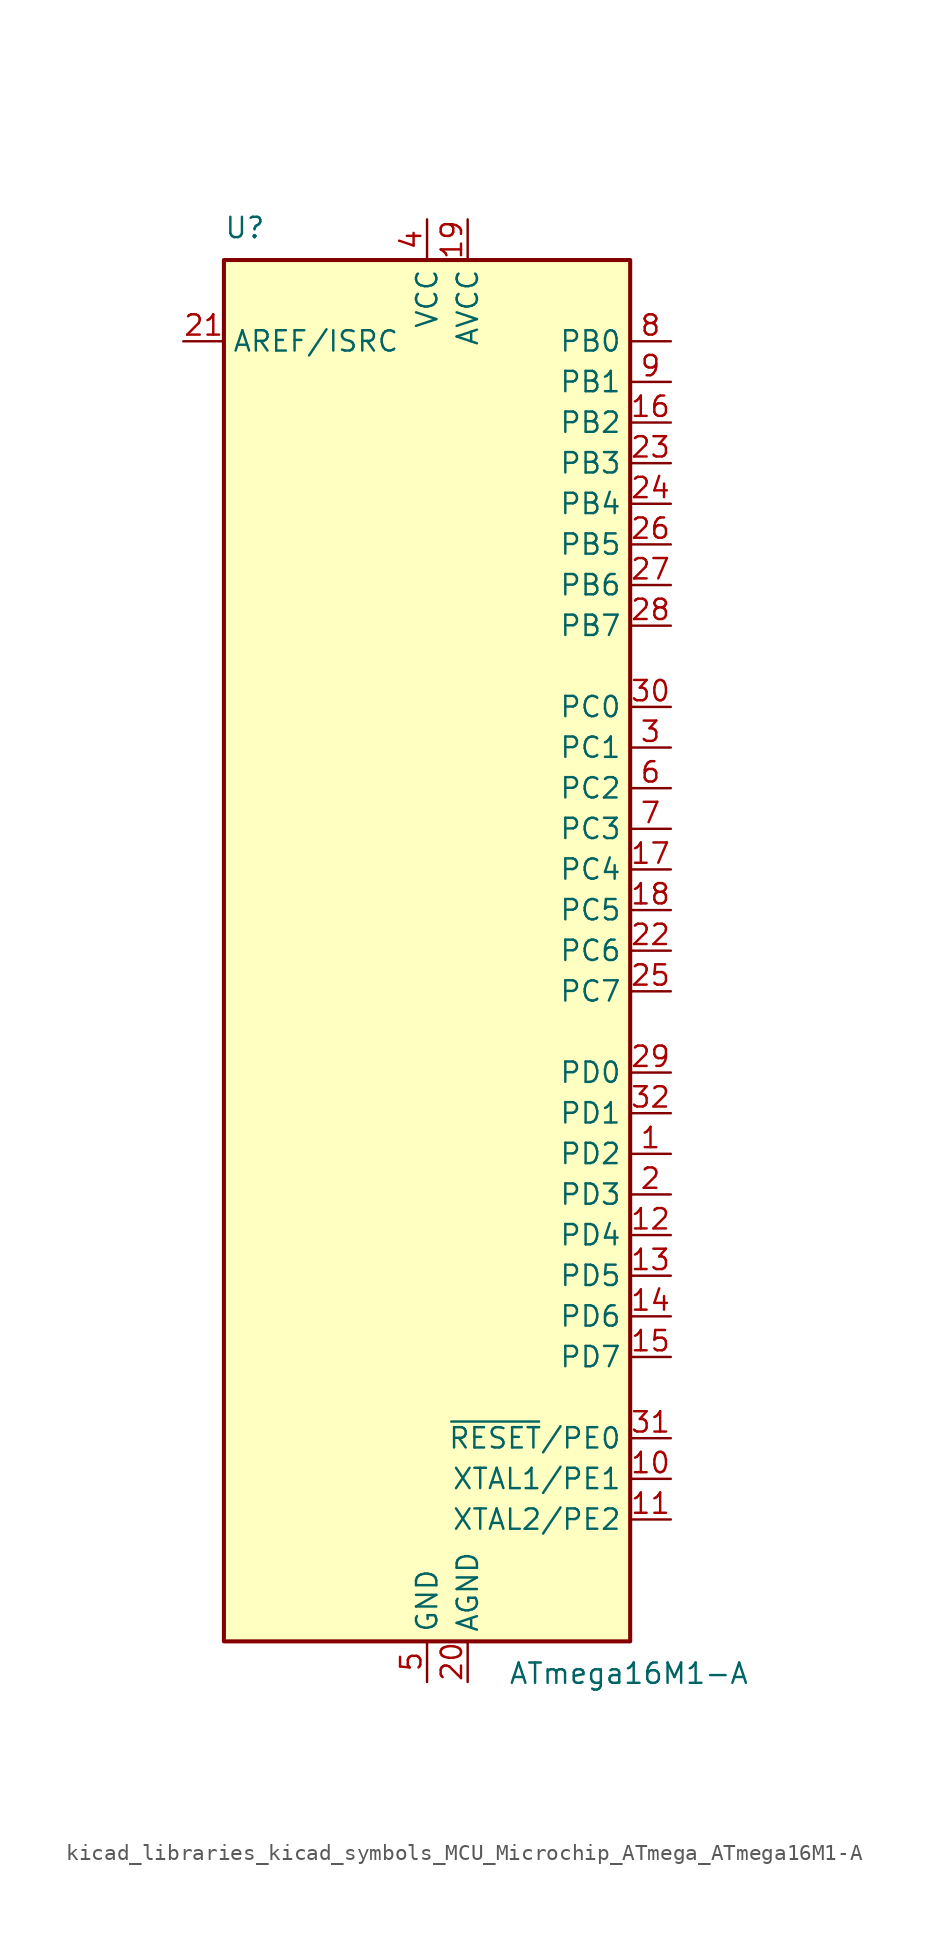
<source format=kicad_sym>
(kicad_symbol_lib
  (version 20220914)
  (generator kicad_symbol_editor)
  (symbol "kicad_libraries_kicad_symbols_MCU_Microchip_ATmega_ATmega16M1-A"
    (property "Reference" "U"
      (at -12.7 44.45 0)
      (effects (font (size 1.27 1.27)) (justify left bottom)))
    (property "Value" "ATmega16M1-A"
      (at 5.08 -44.45 0)
      (effects (font (size 1.27 1.27)) (justify left top)))
    (symbol "kicad_libraries_kicad_symbols_MCU_Microchip_ATmega_ATmega16M1-A_0_1"
      (rectangle (start -12.7 -43.18) (end 12.7 43.18) (stroke (width 0.254) (type default)) (fill (type background))))
    (symbol "kicad_libraries_kicad_symbols_MCU_Microchip_ATmega_ATmega16M1-A_1_1"
      (pin bidirectional line (at 15.24 -12.7 180) (length 2.54) (name "PD2" (effects (font (size 1.27 1.27)))) (number "1" (effects (font (size 1.27 1.27)))))
      (pin bidirectional line (at 15.24 -33.02 180) (length 2.54) (name "XTAL1/PE1" (effects (font (size 1.27 1.27)))) (number "10" (effects (font (size 1.27 1.27)))))
      (pin bidirectional line (at 15.24 -35.56 180) (length 2.54) (name "XTAL2/PE2" (effects (font (size 1.27 1.27)))) (number "11" (effects (font (size 1.27 1.27)))))
      (pin bidirectional line (at 15.24 -17.78 180) (length 2.54) (name "PD4" (effects (font (size 1.27 1.27)))) (number "12" (effects (font (size 1.27 1.27)))))
      (pin bidirectional line (at 15.24 -20.32 180) (length 2.54) (name "PD5" (effects (font (size 1.27 1.27)))) (number "13" (effects (font (size 1.27 1.27)))))
      (pin bidirectional line (at 15.24 -22.86 180) (length 2.54) (name "PD6" (effects (font (size 1.27 1.27)))) (number "14" (effects (font (size 1.27 1.27)))))
      (pin bidirectional line (at 15.24 -25.4 180) (length 2.54) (name "PD7" (effects (font (size 1.27 1.27)))) (number "15" (effects (font (size 1.27 1.27)))))
      (pin bidirectional line (at 15.24 33.02 180) (length 2.54) (name "PB2" (effects (font (size 1.27 1.27)))) (number "16" (effects (font (size 1.27 1.27)))))
      (pin bidirectional line (at 15.24 5.08 180) (length 2.54) (name "PC4" (effects (font (size 1.27 1.27)))) (number "17" (effects (font (size 1.27 1.27)))))
      (pin bidirectional line (at 15.24 2.54 180) (length 2.54) (name "PC5" (effects (font (size 1.27 1.27)))) (number "18" (effects (font (size 1.27 1.27)))))
      (pin power_in line (at 2.54 45.72 270) (length 2.54) (name "AVCC" (effects (font (size 1.27 1.27)))) (number "19" (effects (font (size 1.27 1.27)))))
      (pin bidirectional line (at 15.24 -15.24 180) (length 2.54) (name "PD3" (effects (font (size 1.27 1.27)))) (number "2" (effects (font (size 1.27 1.27)))))
      (pin power_in line (at 2.54 -45.72 90) (length 2.54) (name "AGND" (effects (font (size 1.27 1.27)))) (number "20" (effects (font (size 1.27 1.27)))))
      (pin passive line (at -15.24 38.1 0) (length 2.54) (name "AREF/ISRC" (effects (font (size 1.27 1.27)))) (number "21" (effects (font (size 1.27 1.27)))))
      (pin bidirectional line (at 15.24 0 180) (length 2.54) (name "PC6" (effects (font (size 1.27 1.27)))) (number "22" (effects (font (size 1.27 1.27)))))
      (pin bidirectional line (at 15.24 30.48 180) (length 2.54) (name "PB3" (effects (font (size 1.27 1.27)))) (number "23" (effects (font (size 1.27 1.27)))))
      (pin bidirectional line (at 15.24 27.94 180) (length 2.54) (name "PB4" (effects (font (size 1.27 1.27)))) (number "24" (effects (font (size 1.27 1.27)))))
      (pin bidirectional line (at 15.24 -2.54 180) (length 2.54) (name "PC7" (effects (font (size 1.27 1.27)))) (number "25" (effects (font (size 1.27 1.27)))))
      (pin bidirectional line (at 15.24 25.4 180) (length 2.54) (name "PB5" (effects (font (size 1.27 1.27)))) (number "26" (effects (font (size 1.27 1.27)))))
      (pin bidirectional line (at 15.24 22.86 180) (length 2.54) (name "PB6" (effects (font (size 1.27 1.27)))) (number "27" (effects (font (size 1.27 1.27)))))
      (pin bidirectional line (at 15.24 20.32 180) (length 2.54) (name "PB7" (effects (font (size 1.27 1.27)))) (number "28" (effects (font (size 1.27 1.27)))))
      (pin bidirectional line (at 15.24 -7.62 180) (length 2.54) (name "PD0" (effects (font (size 1.27 1.27)))) (number "29" (effects (font (size 1.27 1.27)))))
      (pin bidirectional line (at 15.24 12.7 180) (length 2.54) (name "PC1" (effects (font (size 1.27 1.27)))) (number "3" (effects (font (size 1.27 1.27)))))
      (pin bidirectional line (at 15.24 15.24 180) (length 2.54) (name "PC0" (effects (font (size 1.27 1.27)))) (number "30" (effects (font (size 1.27 1.27)))))
      (pin bidirectional line (at 15.24 -30.48 180) (length 2.54) (name "~{RESET}/PE0" (effects (font (size 1.27 1.27)))) (number "31" (effects (font (size 1.27 1.27)))))
      (pin bidirectional line (at 15.24 -10.16 180) (length 2.54) (name "PD1" (effects (font (size 1.27 1.27)))) (number "32" (effects (font (size 1.27 1.27)))))
      (pin power_in line (at 0 45.72 270) (length 2.54) (name "VCC" (effects (font (size 1.27 1.27)))) (number "4" (effects (font (size 1.27 1.27)))))
      (pin power_in line (at 0 -45.72 90) (length 2.54) (name "GND" (effects (font (size 1.27 1.27)))) (number "5" (effects (font (size 1.27 1.27)))))
      (pin bidirectional line (at 15.24 10.16 180) (length 2.54) (name "PC2" (effects (font (size 1.27 1.27)))) (number "6" (effects (font (size 1.27 1.27)))))
      (pin bidirectional line (at 15.24 7.62 180) (length 2.54) (name "PC3" (effects (font (size 1.27 1.27)))) (number "7" (effects (font (size 1.27 1.27)))))
      (pin bidirectional line (at 15.24 38.1 180) (length 2.54) (name "PB0" (effects (font (size 1.27 1.27)))) (number "8" (effects (font (size 1.27 1.27)))))
      (pin bidirectional line (at 15.24 35.56 180) (length 2.54) (name "PB1" (effects (font (size 1.27 1.27)))) (number "9" (effects (font (size 1.27 1.27))))))))
</source>
